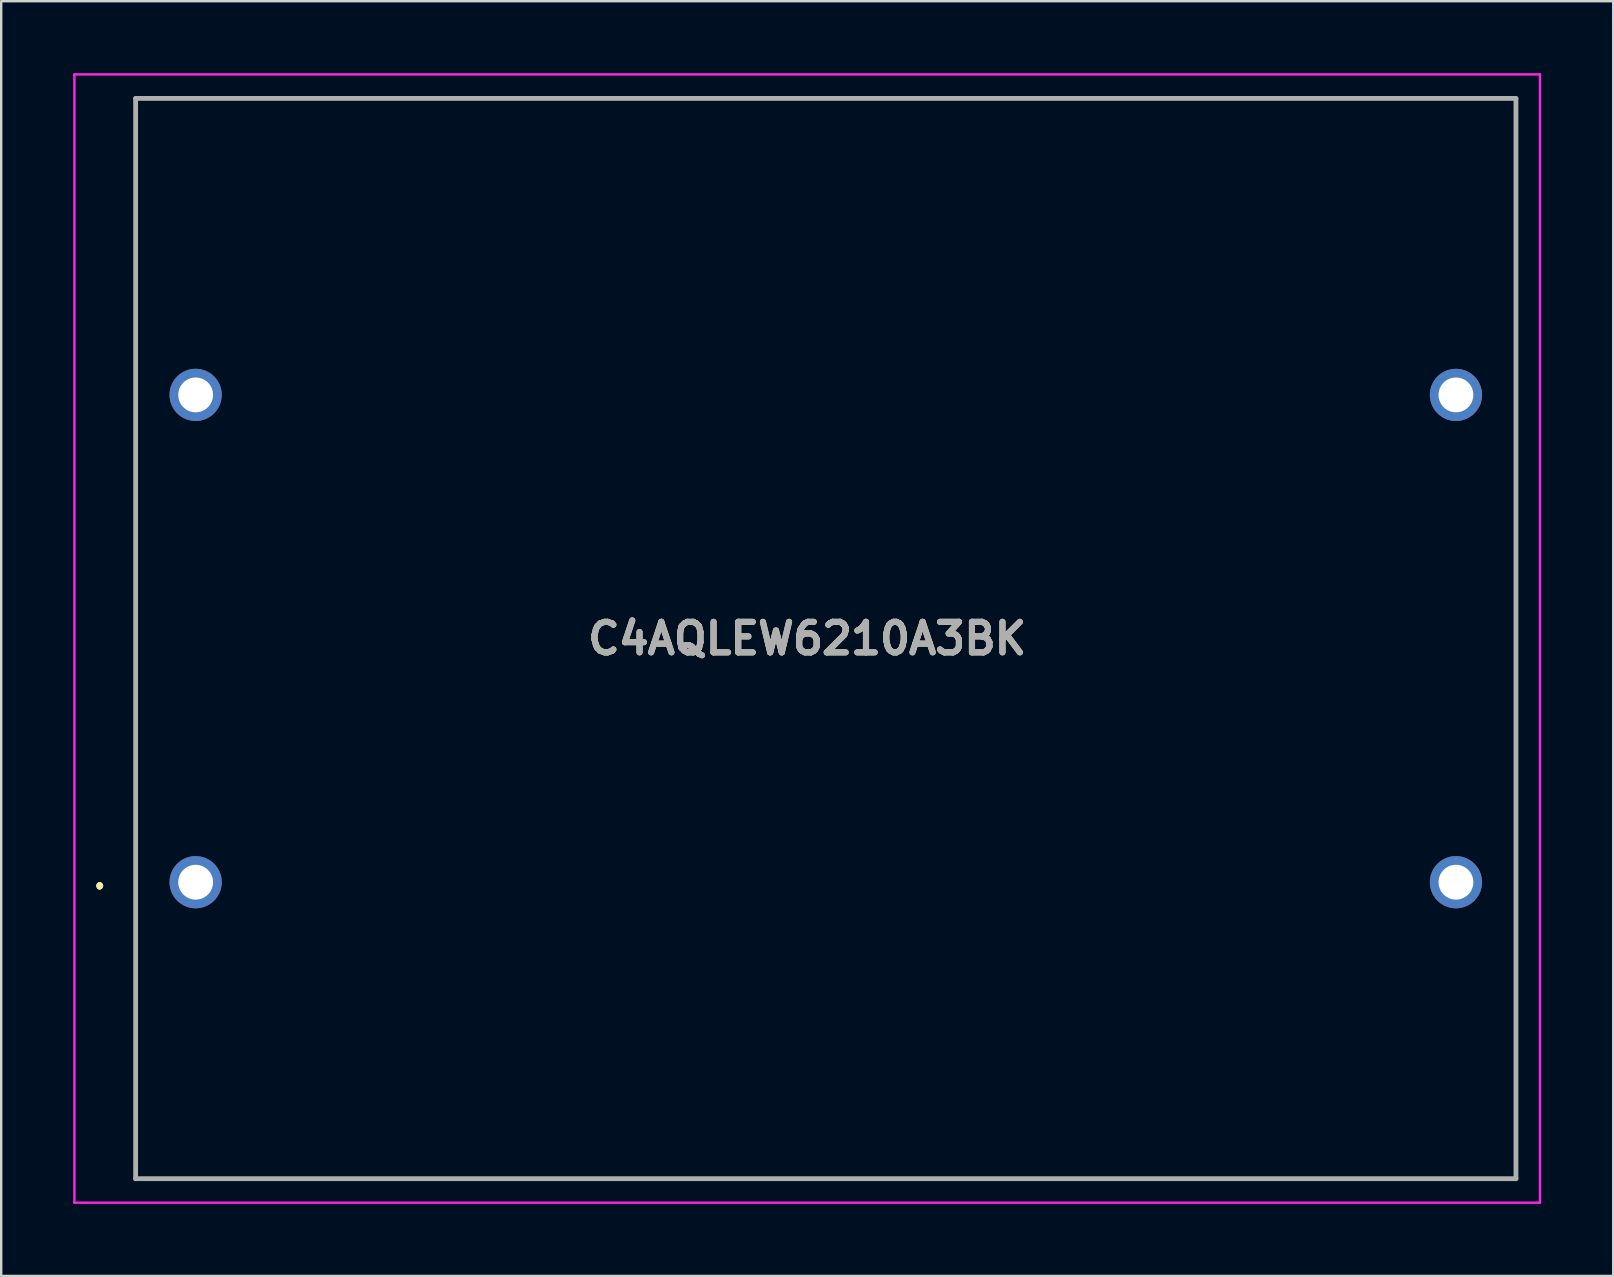
<source format=kicad_pcb>
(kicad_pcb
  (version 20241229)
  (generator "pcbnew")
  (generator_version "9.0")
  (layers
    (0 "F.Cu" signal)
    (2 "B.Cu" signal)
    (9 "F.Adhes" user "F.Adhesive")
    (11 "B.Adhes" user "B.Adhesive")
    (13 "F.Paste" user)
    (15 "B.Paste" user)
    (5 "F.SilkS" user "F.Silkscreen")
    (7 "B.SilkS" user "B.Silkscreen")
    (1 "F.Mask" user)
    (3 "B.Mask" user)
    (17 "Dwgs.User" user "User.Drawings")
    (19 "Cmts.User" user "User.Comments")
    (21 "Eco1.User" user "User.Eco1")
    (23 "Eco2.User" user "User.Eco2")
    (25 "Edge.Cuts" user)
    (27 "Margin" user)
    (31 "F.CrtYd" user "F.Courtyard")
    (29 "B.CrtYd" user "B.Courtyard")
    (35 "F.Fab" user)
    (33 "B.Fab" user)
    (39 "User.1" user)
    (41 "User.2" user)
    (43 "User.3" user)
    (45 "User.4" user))
  (footprint "C4AQLEW6210A3BK"
    (layer "F.Cu")
    (at 5.1 33.7)
    (property "Reference" "C4AQLEW6210A3BK" (at 25.475 -10.15 0) (layer "F.SilkS") (effects (font (size 1.27 1.27) (thickness 0.254))))
    (attr through_hole)
    (fp_line (start -4 0.1) (end -4 0.1) (stroke (width 0.2) (type solid)) (layer "F.SilkS"))
    (fp_line (start -4 0.2) (end -4 0.2) (stroke (width 0.2) (type solid)) (layer "F.SilkS"))
    (fp_line (start -4 0.2) (end -4 0.2) (stroke (width 0.2) (type solid)) (layer "F.SilkS"))
    (fp_line (start -2.5 -32.65) (end 55 -32.65) (stroke (width 0.1) (type solid)) (layer "F.SilkS"))
    (fp_line (start -2.5 12.35) (end -2.5 -32.65) (stroke (width 0.1) (type solid)) (layer "F.SilkS"))
    (fp_line (start 55 -32.65) (end 55 12.35) (stroke (width 0.1) (type solid)) (layer "F.SilkS"))
    (fp_line (start 55 12.35) (end -2.5 12.35) (stroke (width 0.1) (type solid)) (layer "F.SilkS"))
    (fp_arc (start -4 0.1) (mid -3.95 0.15) (end -4 0.2) (stroke (width 0.2) (type solid)) (layer "F.SilkS"))
    (fp_arc (start -4 0.1) (mid -3.95 0.15) (end -4 0.2) (stroke (width 0.2) (type solid)) (layer "F.SilkS"))
    (fp_arc (start -4 0.2) (mid -4.05 0.15) (end -4 0.1) (stroke (width 0.2) (type solid)) (layer "F.SilkS"))
    (fp_line (start -5.05 -33.65) (end 56 -33.65) (stroke (width 0.1) (type solid)) (layer "F.CrtYd"))
    (fp_line (start -5.05 13.35) (end -5.05 -33.65) (stroke (width 0.1) (type solid)) (layer "F.CrtYd"))
    (fp_line (start 56 -33.65) (end 56 13.35) (stroke (width 0.1) (type solid)) (layer "F.CrtYd"))
    (fp_line (start 56 13.35) (end -5.05 13.35) (stroke (width 0.1) (type solid)) (layer "F.CrtYd"))
    (fp_line (start -2.5 -32.65) (end -2.5 12.35) (stroke (width 0.2) (type solid)) (layer "F.Fab"))
    (fp_line (start -2.5 12.35) (end 55 12.35) (stroke (width 0.2) (type solid)) (layer "F.Fab"))
    (fp_line (start 55 -32.65) (end -2.5 -32.65) (stroke (width 0.2) (type solid)) (layer "F.Fab"))
    (fp_line (start 55 12.35) (end 55 -32.65) (stroke (width 0.2) (type solid)) (layer "F.Fab"))
    (fp_text user "${REFERENCE}" (at 25.475 -10.15 0) (layer "F.Fab") (effects (font (size 1.27 1.27) (thickness 0.254))))
    (pad "1" thru_hole circle (at 0 0) (size 2.175 2.175) (drill 1.45) (layers "*.Cu" "*.Mask"))
    (pad "2" thru_hole circle (at 52.5 0) (size 2.175 2.175) (drill 1.45) (layers "*.Cu" "*.Mask"))
    (pad "3" thru_hole circle (at 52.5 -20.3) (size 2.175 2.175) (drill 1.45) (layers "*.Cu" "*.Mask"))
    (pad "4" thru_hole circle (at 0 -20.3) (size 2.175 2.175) (drill 1.45) (layers "*.Cu" "*.Mask")))
  (gr_rect
    (start -3 -3)
    (end 64.15 50.1)
    (stroke (width 0.1) (type default))
    (fill no)
    (layer "Edge.Cuts")))
</source>
